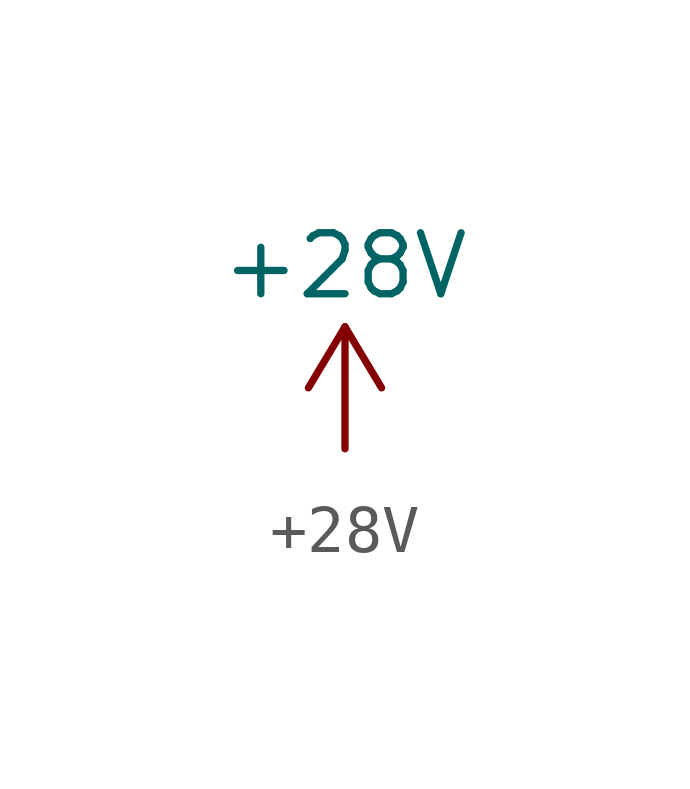
<source format=kicad_sym>
(kicad_symbol_lib
  (version 20220914)
  (generator kicad_symbol_editor)
  (symbol "+28V"
    (power)
    (pin_names
      (offset 0))
    (property "Reference" "#PWR"
      (at 0 -3.81 0)
      (effects (font (size 1.27 1.27)) hide))
    (property "Value" "+28V"
      (at 0 3.81 0)
      (effects (font (size 1.27 1.27))))
    (symbol "+28V_0_1"
      (polyline (pts (xy -0.762 1.27) (xy 0 2.54)) (stroke (width 0) (type solid)) (fill (type none)))
      (polyline (pts (xy 0 0) (xy 0 2.54)) (stroke (width 0) (type solid)) (fill (type none)))
      (polyline (pts (xy 0 2.54) (xy 0.762 1.27)) (stroke (width 0) (type solid)) (fill (type none))))
    (symbol "+28V_1_1"
      (pin power_in line (at 0 0 90) (length 0) hide (name "+28V" (effects (font (size 1.27 1.27)))) (number "1" (effects (font (size 1.27 1.27))))))))
</source>
